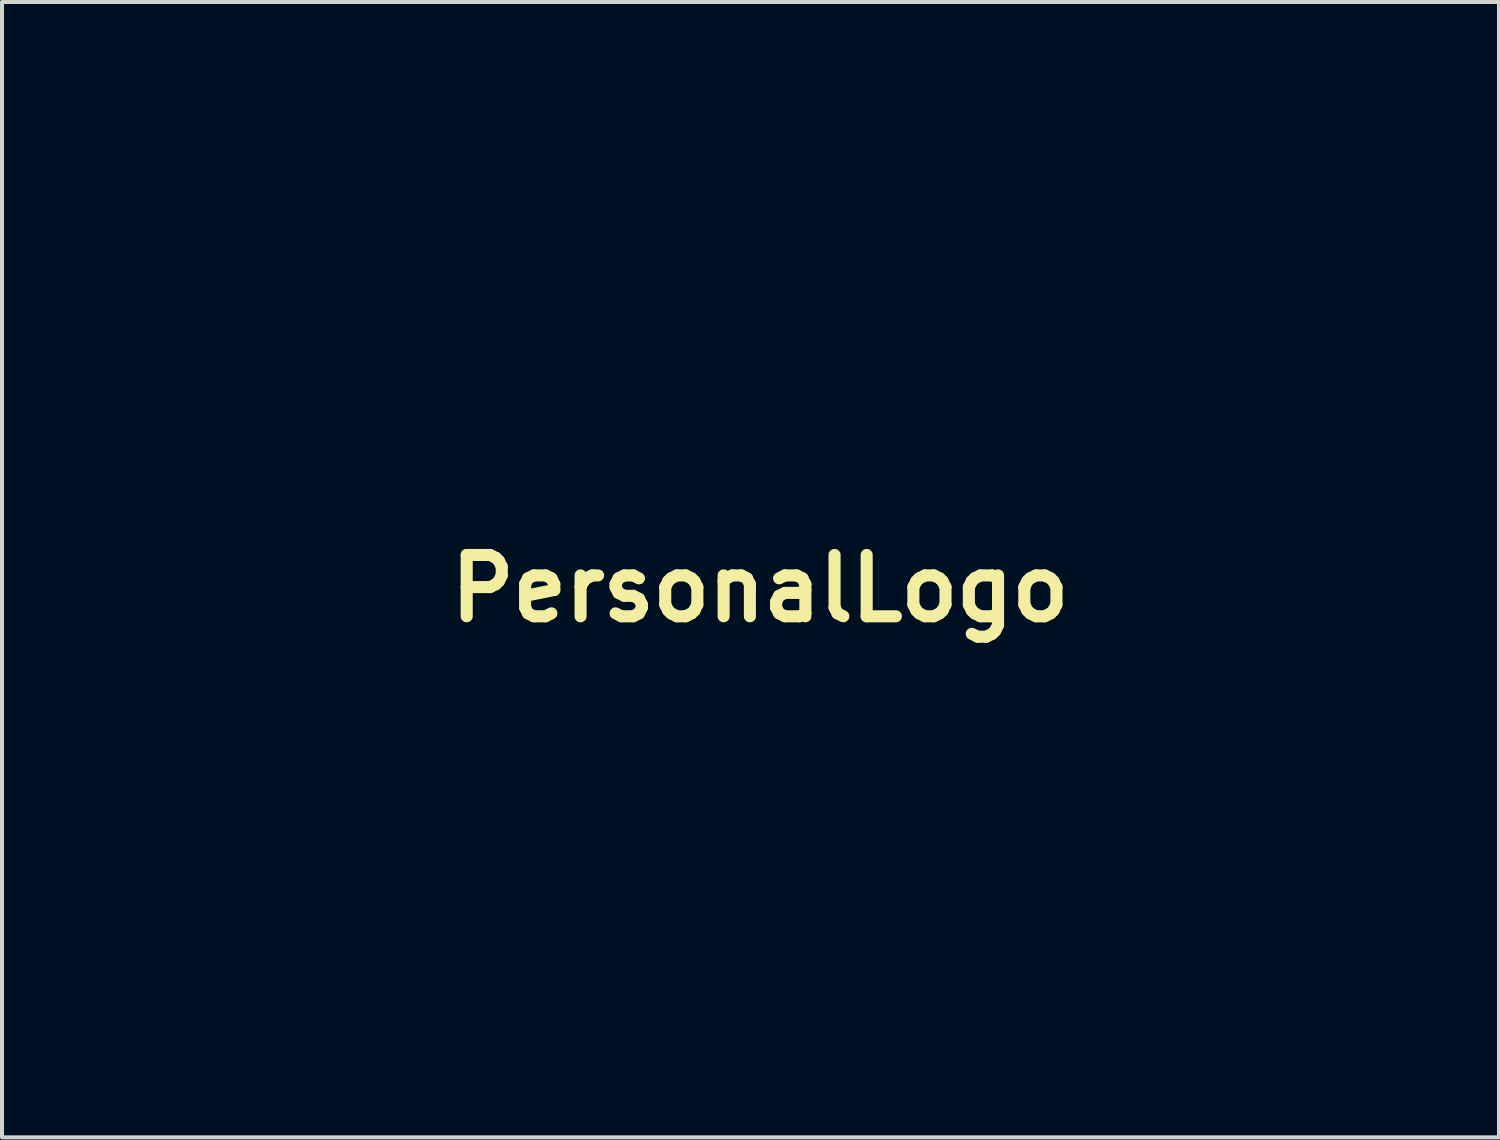
<source format=kicad_pcb>
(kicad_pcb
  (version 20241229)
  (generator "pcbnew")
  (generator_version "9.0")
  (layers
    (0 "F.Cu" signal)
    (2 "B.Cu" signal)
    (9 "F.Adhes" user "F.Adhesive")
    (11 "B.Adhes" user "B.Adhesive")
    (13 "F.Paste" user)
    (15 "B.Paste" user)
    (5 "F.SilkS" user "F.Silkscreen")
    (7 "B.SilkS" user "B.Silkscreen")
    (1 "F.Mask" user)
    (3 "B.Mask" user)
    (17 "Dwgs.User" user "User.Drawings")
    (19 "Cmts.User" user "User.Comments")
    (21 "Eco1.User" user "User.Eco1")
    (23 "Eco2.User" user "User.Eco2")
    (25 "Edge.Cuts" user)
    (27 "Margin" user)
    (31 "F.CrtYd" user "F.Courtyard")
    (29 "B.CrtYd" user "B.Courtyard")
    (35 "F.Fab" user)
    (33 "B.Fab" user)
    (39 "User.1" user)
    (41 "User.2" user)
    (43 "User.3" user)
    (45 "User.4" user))
  (footprint "PersonalLogo"
    (layer "F.Cu")
    (at 15.845 11.58)
    (property "Reference" "PersonalLogo" (at 0 0 0) (layer "F.SilkS") (effects (font (size 1.524 1.524) (thickness 0.3))))
    (attr through_hole)
    (fp_poly (pts (xy -3.813 -3.714) (xy -3.742 -3.681) (xy -3.65 -3.596) (xy -3.626 -3.468) (xy -3.675 -3.284) (xy -3.799 -3.031) (xy -4.002 -2.697) (xy -4.038 -2.642) (xy -4.441 -2.019) (xy -4.791 -1.471) (xy -5.085 -1.001) (xy -5.319 -0.615) (xy -5.492 -0.318) (xy -5.599 -0.116) (xy -5.638 -0.012) (xy -5.637 -0.005) (xy -5.569 0.07) (xy -5.423 0.136) (xy -5.381 0.147) (xy -5.229 0.203) (xy -5.148 0.272) (xy -5.144 0.289) (xy -5.201 0.361) (xy -5.35 0.428) (xy -5.555 0.481) (xy -5.781 0.507) (xy -5.829 0.508) (xy -5.9 0.512) (xy -5.965 0.534) (xy -6.036 0.586) (xy -6.124 0.681) (xy -6.238 0.833) (xy -6.391 1.054) (xy -6.592 1.357) (xy -6.813 1.695) (xy -7.288 2.419) (xy -7.697 3.04) (xy -8.043 3.561) (xy -8.329 3.987) (xy -8.557 4.319) (xy -8.731 4.564) (xy -8.852 4.723) (xy -8.923 4.802) (xy -8.938 4.811) (xy -9.024 4.784) (xy -9.056 4.734) (xy -9.049 4.602) (xy -8.965 4.375) (xy -8.806 4.056) (xy -8.575 3.65) (xy -8.274 3.16) (xy -7.906 2.592) (xy -7.637 2.191) (xy -7.364 1.777) (xy -7.13 1.401) (xy -6.943 1.074) (xy -6.808 0.81) (xy -6.732 0.621) (xy -6.722 0.519) (xy -6.731 0.508) (xy -6.832 0.482) (xy -7.035 0.459) (xy -7.314 0.438) (xy -7.645 0.42) (xy -8.001 0.407) (xy -8.357 0.4) (xy -8.688 0.4) (xy -8.969 0.407) (xy -9.096 0.415) (xy -9.324 0.438) (xy -9.518 0.474) (xy -9.694 0.534) (xy -9.872 0.63) (xy -10.07 0.773) (xy -10.305 0.973) (xy -10.597 1.243) (xy -10.897 1.53) (xy -11.228 1.843) (xy -11.483 2.068) (xy -11.668 2.211) (xy -11.793 2.278) (xy -11.833 2.286) (xy -11.984 2.248) (xy -12.146 2.156) (xy -12.272 2.041) (xy -12.319 1.94) (xy -12.276 1.866) (xy -12.158 1.725) (xy -11.983 1.536) (xy -11.768 1.319) (xy -11.748 1.298) (xy -11.176 0.739) (xy -11.414 0.606) (xy -11.565 0.502) (xy -11.659 0.403) (xy -11.67 0.376) (xy -11.629 0.277) (xy -11.48 0.184) (xy -11.242 0.104) (xy -10.936 0.044) (xy -10.822 0.03) (xy -10.558 -0.003) (xy -10.338 -0.052) (xy -10.132 -0.128) (xy -10.01 -0.191) (xy -8.763 -0.191) (xy -8.702 -0.151) (xy -8.529 -0.113) (xy -8.26 -0.078) (xy -7.909 -0.049) (xy -7.492 -0.027) (xy -7.024 -0.012) (xy -6.943 -0.011) (xy -6.297 0) (xy -6.109 -0.238) (xy -6.015 -0.376) (xy -5.876 -0.601) (xy -5.71 -0.888) (xy -5.529 -1.21) (xy -5.428 -1.397) (xy -5.256 -1.716) (xy -5.099 -2.003) (xy -4.969 -2.236) (xy -4.879 -2.393) (xy -4.848 -2.443) (xy -4.773 -2.586) (xy -4.795 -2.653) (xy -4.91 -2.643) (xy -5.116 -2.558) (xy -5.409 -2.398) (xy -5.742 -2.194) (xy -5.957 -2.059) (xy -6.229 -1.895) (xy -6.504 -1.733) (xy -6.54 -1.712) (xy -6.776 -1.57) (xy -7.057 -1.393) (xy -7.364 -1.193) (xy -7.679 -0.983) (xy -7.986 -0.774) (xy -8.264 -0.58) (xy -8.498 -0.412) (xy -8.667 -0.283) (xy -8.755 -0.205) (xy -8.763 -0.191) (xy -10.01 -0.191) (xy -9.906 -0.245) (xy -9.63 -0.417) (xy -9.42 -0.556) (xy -8.863 -0.922) (xy -8.255 -1.302) (xy -7.621 -1.685) (xy -6.985 -2.056) (xy -6.368 -2.403) (xy -5.795 -2.711) (xy -5.29 -2.968) (xy -5.039 -3.086) (xy -4.773 -3.22) (xy -4.52 -3.371) (xy -4.328 -3.508) (xy -4.305 -3.529) (xy -4.114 -3.68) (xy -3.962 -3.739) (xy -3.813 -3.714)) (stroke (width 0.01) (type solid)) (fill yes) (layer "F.Mask"))
    (fp_poly (pts (xy 12.295 0.662) (xy 12.417 0.729) (xy 12.496 0.792) (xy 12.624 0.924) (xy 12.695 1.045) (xy 12.7 1.073) (xy 12.668 1.248) (xy 12.566 1.46) (xy 12.39 1.717) (xy 12.131 2.029) (xy 11.784 2.403) (xy 11.427 2.764) (xy 11.055 3.138) (xy 10.711 3.496) (xy 10.403 3.826) (xy 10.141 4.118) (xy 9.936 4.359) (xy 9.797 4.541) (xy 9.734 4.65) (xy 9.734 4.675) (xy 9.805 4.67) (xy 9.96 4.625) (xy 10.165 4.55) (xy 10.17 4.548) (xy 10.488 4.425) (xy 10.879 4.278) (xy 11.321 4.116) (xy 11.79 3.946) (xy 12.264 3.776) (xy 12.72 3.616) (xy 13.136 3.472) (xy 13.488 3.353) (xy 13.755 3.267) (xy 13.843 3.241) (xy 14.127 3.159) (xy 14.457 3.064) (xy 14.723 2.988) (xy 14.983 2.919) (xy 15.151 2.894) (xy 15.251 2.909) (xy 15.279 2.927) (xy 15.362 3.043) (xy 15.323 3.14) (xy 15.168 3.208) (xy 15.161 3.209) (xy 15.001 3.255) (xy 14.77 3.333) (xy 14.515 3.428) (xy 14.483 3.44) (xy 14.17 3.551) (xy 13.818 3.656) (xy 13.531 3.726) (xy 13.134 3.827) (xy 12.664 3.975) (xy 12.16 4.157) (xy 11.659 4.358) (xy 11.199 4.564) (xy 10.957 4.686) (xy 10.389 4.986) (xy 10.406 6.255) (xy 10.419 6.844) (xy 10.446 7.337) (xy 10.492 7.764) (xy 10.563 8.158) (xy 10.665 8.548) (xy 10.804 8.966) (xy 10.985 9.443) (xy 11.009 9.505) (xy 11.134 9.824) (xy 11.242 10.108) (xy 11.324 10.332) (xy 11.371 10.474) (xy 11.378 10.503) (xy 11.369 10.619) (xy 11.298 10.638) (xy 11.177 10.563) (xy 11.052 10.433) (xy 10.888 10.198) (xy 10.704 9.872) (xy 10.516 9.484) (xy 10.337 9.066) (xy 10.193 8.676) (xy 10.001 8.046) (xy 9.874 7.468) (xy 9.804 6.89) (xy 9.78 6.259) (xy 9.78 6.239) (xy 9.778 5.897) (xy 9.772 5.662) (xy 9.759 5.515) (xy 9.736 5.435) (xy 9.7 5.403) (xy 9.663 5.397) (xy 9.571 5.43) (xy 9.394 5.52) (xy 9.154 5.655) (xy 8.872 5.823) (xy 8.726 5.913) (xy 8.467 6.079) (xy 8.246 6.228) (xy 8.044 6.377) (xy 7.844 6.541) (xy 7.628 6.736) (xy 7.377 6.976) (xy 7.074 7.279) (xy 6.717 7.64) (xy 6.314 8.047) (xy 5.992 8.363) (xy 5.749 8.59) (xy 5.581 8.73) (xy 5.485 8.788) (xy 5.457 8.765) (xy 5.493 8.665) (xy 5.516 8.62) (xy 5.581 8.518) (xy 5.707 8.338) (xy 5.876 8.103) (xy 6.072 7.836) (xy 6.132 7.756) (xy 6.384 7.407) (xy 6.55 7.15) (xy 6.63 6.984) (xy 6.636 6.923) (xy 6.62 6.814) (xy 6.654 6.707) (xy 6.753 6.582) (xy 6.931 6.421) (xy 7.165 6.234) (xy 7.341 6.086) (xy 7.588 5.861) (xy 7.89 5.574) (xy 8.231 5.243) (xy 8.595 4.884) (xy 8.966 4.511) (xy 9.329 4.141) (xy 9.668 3.79) (xy 9.966 3.474) (xy 10.208 3.209) (xy 10.377 3.011) (xy 10.553 2.795) (xy 10.765 2.537) (xy 10.969 2.294) (xy 10.971 2.292) (xy 11.15 2.067) (xy 11.312 1.842) (xy 11.424 1.662) (xy 11.433 1.645) (xy 11.508 1.489) (xy 11.524 1.408) (xy 11.484 1.366) (xy 11.45 1.352) (xy 11.341 1.353) (xy 11.143 1.394) (xy 10.883 1.469) (xy 10.733 1.518) (xy 10.171 1.741) (xy 9.546 2.038) (xy 8.885 2.394) (xy 8.215 2.795) (xy 7.563 3.225) (xy 7.144 3.527) (xy 6.841 3.75) (xy 6.619 3.905) (xy 6.459 3.998) (xy 6.342 4.039) (xy 6.249 4.035) (xy 6.162 3.996) (xy 6.127 3.974) (xy 6.007 3.887) (xy 5.936 3.805) (xy 5.923 3.718) (xy 5.974 3.616) (xy 6.099 3.49) (xy 6.305 3.329) (xy 6.601 3.124) (xy 6.995 2.866) (xy 7.121 2.784) (xy 7.819 2.354) (xy 8.528 1.956) (xy 9.232 1.597) (xy 9.915 1.285) (xy 10.558 1.026) (xy 11.147 0.828) (xy 11.664 0.699) (xy 11.94 0.657) (xy 12.154 0.642) (xy 12.295 0.662)) (stroke (width 0.01) (type solid)) (fill yes) (layer "F.Mask"))
    (fp_poly (pts (xy -0.43 -2.282) (xy -0.286 -2.242) (xy -0.209 -2.223) (xy -0.207 -2.223) (xy -0.192 -2.17) (xy -0.191 -2.123) (xy -0.232 -2.038) (xy -0.344 -1.886) (xy -0.509 -1.687) (xy -0.683 -1.495) (xy -0.902 -1.257) (xy -1.178 -0.957) (xy -1.479 -0.625) (xy -1.778 -0.295) (xy -1.905 -0.154) (xy -2.221 0.197) (xy -2.581 0.594) (xy -2.944 0.993) (xy -3.272 1.351) (xy -3.35 1.436) (xy -3.587 1.697) (xy -3.791 1.924) (xy -3.948 2.103) (xy -4.042 2.217) (xy -4.064 2.25) (xy -4.015 2.285) (xy -4.004 2.286) (xy -3.91 2.258) (xy -3.727 2.18) (xy -3.478 2.065) (xy -3.185 1.922) (xy -2.871 1.763) (xy -2.56 1.598) (xy -2.483 1.556) (xy -2.02 1.338) (xy -1.614 1.225) (xy -1.256 1.217) (xy -0.933 1.311) (xy -0.902 1.327) (xy -0.743 1.424) (xy -0.659 1.529) (xy -0.653 1.658) (xy -0.726 1.831) (xy -0.882 2.065) (xy -1.051 2.285) (xy -1.218 2.508) (xy -1.342 2.695) (xy -1.408 2.823) (xy -1.412 2.867) (xy -1.314 2.89) (xy -1.105 2.868) (xy -0.784 2.801) (xy -0.415 2.706) (xy -0.195 2.651) (xy -0.013 2.614) (xy 0.075 2.603) (xy 0.191 2.553) (xy 0.254 2.476) (xy 0.375 2.327) (xy 0.533 2.222) (xy 0.683 2.188) (xy 0.721 2.196) (xy 0.804 2.291) (xy 0.826 2.424) (xy 0.837 2.552) (xy 0.891 2.583) (xy 0.968 2.563) (xy 1.193 2.522) (xy 1.404 2.544) (xy 1.567 2.619) (xy 1.647 2.736) (xy 1.651 2.77) (xy 1.669 2.835) (xy 1.735 2.848) (xy 1.869 2.805) (xy 2.09 2.702) (xy 2.145 2.674) (xy 2.531 2.496) (xy 2.83 2.397) (xy 3.049 2.376) (xy 3.166 2.408) (xy 3.237 2.449) (xy 3.284 2.491) (xy 3.299 2.547) (xy 3.275 2.628) (xy 3.206 2.744) (xy 3.084 2.907) (xy 2.902 3.128) (xy 2.653 3.418) (xy 2.329 3.789) (xy 2.2 3.937) (xy 1.996 4.175) (xy 1.831 4.378) (xy 1.718 4.529) (xy 1.672 4.608) (xy 1.673 4.615) (xy 1.697 4.627) (xy 1.744 4.624) (xy 1.831 4.599) (xy 1.974 4.547) (xy 2.19 4.462) (xy 2.495 4.338) (xy 2.762 4.228) (xy 3.101 4.091) (xy 3.339 4.001) (xy 3.493 3.956) (xy 3.578 3.953) (xy 3.611 3.987) (xy 3.608 4.048) (xy 3.545 4.118) (xy 3.389 4.229) (xy 3.16 4.368) (xy 2.882 4.524) (xy 2.575 4.687) (xy 2.263 4.844) (xy 1.967 4.984) (xy 1.709 5.095) (xy 1.511 5.166) (xy 1.429 5.185) (xy 1.213 5.187) (xy 1.095 5.136) (xy 1.04 5.019) (xy 1.016 4.849) (xy 1.016 4.845) (xy 1.029 4.742) (xy 1.077 4.631) (xy 1.174 4.493) (xy 1.334 4.306) (xy 1.571 4.051) (xy 1.574 4.048) (xy 1.907 3.69) (xy 2.167 3.395) (xy 2.349 3.169) (xy 2.449 3.018) (xy 2.462 2.949) (xy 2.39 2.959) (xy 2.233 3.025) (xy 2.012 3.137) (xy 1.749 3.281) (xy 1.467 3.446) (xy 1.187 3.622) (xy 1.089 3.685) (xy 0.803 3.863) (xy 0.593 3.957) (xy 0.443 3.972) (xy 0.335 3.912) (xy 0.292 3.856) (xy 0.262 3.756) (xy 0.298 3.624) (xy 0.367 3.491) (xy 0.447 3.322) (xy 0.444 3.243) (xy 0.362 3.255) (xy 0.206 3.356) (xy -0.021 3.546) (xy -0.032 3.556) (xy -0.229 3.731) (xy -0.358 3.829) (xy -0.444 3.862) (xy -0.509 3.841) (xy -0.559 3.797) (xy -0.631 3.646) (xy -0.585 3.46) (xy -0.432 3.257) (xy -0.319 3.133) (xy -0.289 3.069) (xy -0.35 3.063) (xy -0.512 3.113) (xy -0.699 3.183) (xy -1.049 3.286) (xy -1.373 3.323) (xy -1.652 3.297) (xy -1.868 3.213) (xy -1.999 3.073) (xy -2.032 2.932) (xy -2.005 2.77) (xy -1.953 2.67) (xy -1.911 2.613) (xy -1.97 2.621) (xy -2 2.632) (xy -2.411 2.779) (xy -2.726 2.873) (xy -2.964 2.916) (xy -3.145 2.909) (xy -3.288 2.855) (xy -3.403 2.763) (xy -3.519 2.661) (xy -3.606 2.645) (xy -3.702 2.692) (xy -3.86 2.762) (xy -4.06 2.818) (xy -4.084 2.822) (xy -4.24 2.839) (xy -4.353 2.806) (xy -4.474 2.702) (xy -4.534 2.637) (xy -4.661 2.508) (xy -4.764 2.445) (xy -4.896 2.432) (xy -5.092 2.451) (xy -5.302 2.469) (xy -5.432 2.454) (xy -5.527 2.396) (xy -5.578 2.345) (xy -5.598 2.319) (xy -2.785 2.319) (xy -2.781 2.354) (xy -2.672 2.331) (xy -2.456 2.249) (xy -2.131 2.109) (xy -2.014 2.056) (xy -1.738 1.926) (xy -1.496 1.801) (xy -1.317 1.699) (xy -1.24 1.643) (xy -1.162 1.562) (xy -1.177 1.53) (xy -1.301 1.524) (xy -1.326 1.524) (xy -1.554 1.566) (xy -1.846 1.683) (xy -2.174 1.862) (xy -2.489 2.073) (xy -2.687 2.225) (xy -2.785 2.319) (xy -5.598 2.319) (xy -5.675 2.213) (xy -5.715 2.105) (xy -5.685 2.009) (xy -5.104 2.009) (xy -5.023 2.03) (xy -4.846 1.98) (xy -4.578 1.858) (xy -4.578 1.857) (xy -4.315 1.688) (xy -4.094 1.479) (xy -3.939 1.258) (xy -3.874 1.054) (xy -3.873 1.037) (xy -3.881 0.938) (xy -3.927 0.921) (xy -4.048 0.976) (xy -4.06 0.982) (xy -4.203 1.077) (xy -4.396 1.231) (xy -4.61 1.418) (xy -4.815 1.61) (xy -4.981 1.782) (xy -5.08 1.905) (xy -5.085 1.914) (xy -5.104 2.009) (xy -5.685 2.009) (xy -5.673 1.97) (xy -5.562 1.775) (xy -5.401 1.548) (xy -5.212 1.318) (xy -5.023 1.123) (xy -4.649 0.821) (xy -4.304 0.64) (xy -3.985 0.58) (xy -3.687 0.639) (xy -3.565 0.702) (xy -3.48 0.754) (xy -3.409 0.784) (xy -3.339 0.781) (xy -3.255 0.736) (xy -3.144 0.639) (xy -2.99 0.478) (xy -2.782 0.244) (xy -2.503 -0.075) (xy -2.485 -0.095) (xy -2.208 -0.412) (xy -1.903 -0.757) (xy -1.607 -1.091) (xy -1.358 -1.371) (xy -1.356 -1.372) (xy -1.144 -1.616) (xy -0.955 -1.845) (xy -0.812 -2.032) (xy -0.737 -2.146) (xy -0.657 -2.275) (xy -0.571 -2.311) (xy -0.43 -2.282)) (stroke (width 0.01) (type solid)) (fill yes) (layer "F.Mask"))
    (fp_poly (pts (xy -15.782 -11.574) (xy -15.732 -11.565) (xy -15.654 -11.547) (xy -15.544 -11.518) (xy -15.396 -11.476) (xy -15.204 -11.42) (xy -14.963 -11.347) (xy -14.667 -11.256) (xy -14.31 -11.145) (xy -13.886 -11.012) (xy -13.391 -10.856) (xy -12.819 -10.675) (xy -12.163 -10.468) (xy -11.418 -10.231) (xy -10.579 -9.964) (xy -9.64 -9.665) (xy -8.596 -9.333) (xy -7.44 -8.964) (xy -6.509 -8.667) (xy -5.72 -8.416) (xy -4.91 -8.158) (xy -4.094 -7.898) (xy -3.29 -7.642) (xy -2.516 -7.396) (xy -1.789 -7.165) (xy -1.127 -6.955) (xy -0.547 -6.771) (xy -0.066 -6.619) (xy 0.032 -6.588) (xy 0.542 -6.425) (xy 1.015 -6.273) (xy 1.438 -6.134) (xy 1.796 -6.015) (xy 2.075 -5.92) (xy 2.261 -5.853) (xy 2.34 -5.819) (xy 2.34 -5.819) (xy 2.371 -5.763) (xy 2.325 -5.681) (xy 2.191 -5.552) (xy 2.157 -5.523) (xy 1.887 -5.293) (xy 2.738 -5.024) (xy 3.051 -4.924) (xy 3.324 -4.838) (xy 3.533 -4.771) (xy 3.652 -4.734) (xy 3.667 -4.729) (xy 3.743 -4.661) (xy 3.711 -4.553) (xy 3.578 -4.419) (xy 3.493 -4.357) (xy 3.344 -4.25) (xy 3.252 -4.167) (xy 3.239 -4.142) (xy 3.296 -4.108) (xy 3.454 -4.046) (xy 3.692 -3.961) (xy 3.989 -3.864) (xy 4.159 -3.81) (xy 4.527 -3.692) (xy 4.789 -3.601) (xy 4.958 -3.529) (xy 5.049 -3.47) (xy 5.079 -3.417) (xy 5.079 -3.413) (xy 5.037 -3.319) (xy 4.989 -3.302) (xy 4.909 -3.321) (xy 4.723 -3.374) (xy 4.444 -3.457) (xy 4.087 -3.566) (xy 3.666 -3.697) (xy 3.195 -3.844) (xy 2.719 -3.995) (xy 1.027 -4.533) (xy 0.264 -4.776) (xy 1.225 -4.776) (xy 1.266 -4.737) (xy 1.299 -4.723) (xy 1.475 -4.66) (xy 1.713 -4.58) (xy 1.984 -4.493) (xy 2.258 -4.408) (xy 2.505 -4.335) (xy 2.693 -4.282) (xy 2.794 -4.259) (xy 2.798 -4.259) (xy 2.909 -4.292) (xy 3.063 -4.379) (xy 3.102 -4.407) (xy 3.309 -4.559) (xy 1.61 -5.127) (xy 1.392 -4.949) (xy 1.263 -4.837) (xy 1.225 -4.776) (xy 0.264 -4.776) (xy -0.547 -5.034) (xy -2.006 -5.498) (xy -3.355 -5.927) (xy -4.596 -6.322) (xy -5.733 -6.683) (xy -6.768 -7.013) (xy -7.707 -7.311) (xy -8.551 -7.58) (xy -9.304 -7.82) (xy -9.97 -8.032) (xy -10.552 -8.217) (xy -11.052 -8.376) (xy -11.476 -8.511) (xy -11.825 -8.623) (xy -12.104 -8.712) (xy -12.316 -8.779) (xy -12.463 -8.827) (xy -12.55 -8.855) (xy -12.567 -8.86) (xy -12.847 -8.953) (xy -12.804 -6.81) (xy -12.781 -5.692) (xy -12.757 -4.535) (xy -12.733 -3.353) (xy -12.708 -2.16) (xy -12.682 -0.968) (xy -12.657 0.207) (xy -12.632 1.353) (xy -12.608 2.455) (xy -12.585 3.5) (xy -12.563 4.475) (xy -12.543 5.365) (xy -12.525 6.157) (xy -12.509 6.838) (xy -12.507 6.906) (xy -12.494 7.492) (xy -12.483 8.04) (xy -12.475 8.536) (xy -12.47 8.967) (xy -12.468 9.319) (xy -12.468 9.581) (xy -12.473 9.738) (xy -12.478 9.779) (xy -12.57 9.839) (xy -12.601 9.842) (xy -12.636 9.812) (xy -12.664 9.712) (xy -12.688 9.528) (xy -12.71 9.246) (xy -12.731 8.852) (xy -12.732 8.83) (xy -12.778 7.818) (xy -13.32 8.227) (xy -13.551 8.395) (xy -13.75 8.53) (xy -13.893 8.615) (xy -13.948 8.636) (xy -14.012 8.575) (xy -14.041 8.392) (xy -14.042 8.366) (xy -14.049 8.19) (xy -14.061 7.927) (xy -14.077 7.617) (xy -14.089 7.378) (xy -14.129 6.66) (xy -14.728 7.109) (xy -14.965 7.28) (xy -15.166 7.413) (xy -15.309 7.493) (xy -15.373 7.51) (xy -15.38 7.487) (xy -15.388 7.431) (xy -15.395 7.336) (xy -15.403 7.196) (xy -15.412 7.008) (xy -15.421 6.764) (xy -15.431 6.461) (xy -15.441 6.092) (xy -15.453 5.653) (xy -15.466 5.138) (xy -15.481 4.542) (xy -15.497 3.86) (xy -15.514 3.086) (xy -15.534 2.215) (xy -15.555 1.241) (xy -15.578 0.161) (xy -15.603 -1.032) (xy -15.631 -2.344) (xy -15.652 -3.334) (xy -15.669 -4.144) (xy -15.687 -4.963) (xy -15.706 -5.773) (xy -15.725 -6.56) (xy -15.743 -7.306) (xy -15.761 -7.997) (xy -15.777 -8.615) (xy -15.792 -9.145) (xy -15.805 -9.571) (xy -15.81 -9.714) (xy -15.824 -10.181) (xy -15.833 -10.559) (xy -15.549 -10.559) (xy -15.544 -10.14) (xy -15.533 -9.604) (xy -15.531 -9.509) (xy -15.523 -9.177) (xy -15.513 -8.732) (xy -15.5 -8.185) (xy -15.486 -7.551) (xy -15.47 -6.843) (xy -15.453 -6.073) (xy -15.434 -5.255) (xy -15.416 -4.403) (xy -15.396 -3.528) (xy -15.377 -2.645) (xy -15.367 -2.159) (xy -15.347 -1.274) (xy -15.328 -0.388) (xy -15.309 0.485) (xy -15.29 1.332) (xy -15.272 2.139) (xy -15.256 2.894) (xy -15.24 3.582) (xy -15.227 4.19) (xy -15.215 4.705) (xy -15.206 5.114) (xy -15.202 5.283) (xy -15.16 7.105) (xy -14.644 6.717) (xy -14.427 6.554) (xy -14.283 6.445) (xy -13.857 6.445) (xy -13.819 7.048) (xy -13.801 7.349) (xy -13.788 7.635) (xy -13.781 7.859) (xy -13.78 7.922) (xy -13.772 8.087) (xy -13.753 8.182) (xy -13.743 8.191) (xy -13.68 8.155) (xy -13.542 8.058) (xy -13.351 7.917) (xy -13.235 7.828) (xy -12.764 7.465) (xy -12.769 6.892) (xy -12.777 6.59) (xy -12.791 6.295) (xy -12.811 6.061) (xy -12.817 6.014) (xy -12.859 5.709) (xy -13.358 6.077) (xy -13.857 6.445) (xy -14.283 6.445) (xy -14.253 6.423) (xy -14.142 6.34) (xy -14.114 6.319) (xy -14.113 6.255) (xy -14.114 6.071) (xy -14.119 5.773) (xy -14.126 5.368) (xy -14.135 4.862) (xy -14.146 4.263) (xy -14.16 3.577) (xy -14.176 2.81) (xy -14.193 1.969) (xy -14.213 1.062) (xy -14.233 0.094) (xy -14.256 -0.928) (xy -14.279 -1.997) (xy -14.304 -3.107) (xy -14.33 -4.251) (xy -14.357 -5.422) (xy -14.381 -6.445) (xy -14.396 -7.141) (xy -14.409 -7.799) (xy -14.42 -8.408) (xy -14.428 -8.958) (xy -14.433 -9.437) (xy -14.436 -9.834) (xy -14.435 -10.139) (xy -14.435 -10.15) (xy -14.222 -10.15) (xy -14.191 -9.695) (xy -14.184 -9.544) (xy -14.175 -9.28) (xy -14.165 -8.916) (xy -14.153 -8.467) (xy -14.14 -7.946) (xy -14.127 -7.367) (xy -14.114 -6.744) (xy -14.1 -6.09) (xy -14.096 -5.842) (xy -14.081 -5.092) (xy -14.065 -4.296) (xy -14.048 -3.479) (xy -14.03 -2.667) (xy -14.013 -1.884) (xy -13.997 -1.156) (xy -13.982 -0.51) (xy -13.971 -0.064) (xy -13.955 0.583) (xy -13.938 1.285) (xy -13.921 2.008) (xy -13.904 2.719) (xy -13.888 3.385) (xy -13.875 3.973) (xy -13.87 4.207) (xy -13.828 6.096) (xy -13.566 5.901) (xy -13.353 5.743) (xy -13.133 5.583) (xy -13.066 5.535) (xy -12.934 5.433) (xy -12.863 5.339) (xy -12.835 5.208) (xy -12.828 4.996) (xy -12.828 4.985) (xy -12.83 4.826) (xy -12.833 4.552) (xy -12.84 4.173) (xy -12.848 3.7) (xy -12.859 3.145) (xy -12.871 2.519) (xy -12.885 1.832) (xy -12.9 1.096) (xy -12.916 0.322) (xy -12.933 -0.478) (xy -12.95 -1.295) (xy -12.968 -2.116) (xy -12.986 -2.931) (xy -13.003 -3.728) (xy -13.02 -4.496) (xy -13.037 -5.224) (xy -13.053 -5.902) (xy -13.067 -6.517) (xy -13.081 -7.06) (xy -13.092 -7.518) (xy -13.102 -7.88) (xy -13.11 -8.136) (xy -13.113 -8.233) (xy -13.126 -8.667) (xy -13.125 -8.98) (xy -13.11 -9.171) (xy -13.087 -9.236) (xy -13.015 -9.225) (xy -12.835 -9.178) (xy -12.555 -9.099) (xy -12.189 -8.991) (xy -11.746 -8.857) (xy -11.239 -8.701) (xy -10.678 -8.527) (xy -10.074 -8.337) (xy -9.701 -8.218) (xy -9.007 -7.997) (xy -8.29 -7.769) (xy -7.573 -7.54) (xy -6.874 -7.318) (xy -6.214 -7.108) (xy -5.613 -6.917) (xy -5.09 -6.751) (xy -4.667 -6.616) (xy -4.636 -6.606) (xy -4.078 -6.429) (xy -3.439 -6.226) (xy -2.761 -6.01) (xy -2.083 -5.795) (xy -1.445 -5.592) (xy -1.038 -5.462) (xy 0.814 -4.872) (xy 1.01 -5.012) (xy 1.137 -5.114) (xy 1.204 -5.19) (xy 1.206 -5.201) (xy 1.15 -5.24) (xy 1 -5.304) (xy 0.783 -5.38) (xy 0.683 -5.412) (xy 0.482 -5.475) (xy 0.202 -5.563) (xy -0.161 -5.678) (xy -0.609 -5.82) (xy -1.147 -5.991) (xy -1.778 -6.192) (xy -2.506 -6.423) (xy -3.334 -6.687) (xy -4.266 -6.984) (xy -5.305 -7.315) (xy -6.455 -7.681) (xy -7.72 -8.084) (xy -8.858 -8.448) (xy -9.631 -8.694) (xy -10.371 -8.93) (xy -11.069 -9.152) (xy -11.717 -9.359) (xy -12.305 -9.546) (xy -12.823 -9.711) (xy -13.263 -9.85) (xy -13.614 -9.962) (xy -13.869 -10.042) (xy -14.016 -10.089) (xy -14.048 -10.099) (xy -14.222 -10.15) (xy -14.435 -10.15) (xy -14.432 -10.34) (xy -14.425 -10.427) (xy -14.424 -10.43) (xy -14.345 -10.434) (xy -14.18 -10.402) (xy -13.959 -10.34) (xy -13.903 -10.322) (xy -13.729 -10.266) (xy -13.451 -10.177) (xy -13.089 -10.061) (xy -12.661 -9.924) (xy -12.184 -9.772) (xy -11.678 -9.611) (xy -11.335 -9.502) (xy -10.793 -9.329) (xy -10.158 -9.127) (xy -9.458 -8.905) (xy -8.722 -8.671) (xy -7.978 -8.434) (xy -7.254 -8.204) (xy -6.578 -7.989) (xy -6.509 -7.967) (xy -5.804 -7.743) (xy -5.018 -7.493) (xy -4.184 -7.227) (xy -3.337 -6.958) (xy -2.511 -6.695) (xy -1.741 -6.451) (xy -1.118 -6.253) (xy 1.542 -5.407) (xy 1.724 -5.542) (xy 1.831 -5.639) (xy 1.863 -5.709) (xy 1.858 -5.716) (xy 1.787 -5.745) (xy 1.611 -5.806) (xy 1.343 -5.895) (xy 1 -6.008) (xy 0.595 -6.138) (xy 0.145 -6.281) (xy -0.064 -6.347) (xy -0.6 -6.516) (xy -1.162 -6.694) (xy -1.72 -6.871) (xy -2.245 -7.038) (xy -2.707 -7.185) (xy -3.078 -7.304) (xy -3.08 -7.305) (xy -3.435 -7.419) (xy -3.885 -7.563) (xy -4.403 -7.728) (xy -4.961 -7.906) (xy -5.534 -8.088) (xy -6.095 -8.267) (xy -6.255 -8.317) (xy -6.829 -8.5) (xy -7.443 -8.695) (xy -8.066 -8.893) (xy -8.667 -9.085) (xy -9.215 -9.26) (xy -9.679 -9.408) (xy -9.747 -9.43) (xy -10.784 -9.762) (xy -11.726 -10.062) (xy -12.571 -10.331) (xy -13.314 -10.567) (xy -13.954 -10.769) (xy -14.488 -10.936) (xy -14.913 -11.067) (xy -15.225 -11.162) (xy -15.422 -11.22) (xy -15.502 -11.239) (xy -15.524 -11.201) (xy -15.539 -11.081) (xy -15.547 -10.87) (xy -15.549 -10.559) (xy -15.833 -10.559) (xy -15.834 -10.607) (xy -15.839 -10.974) (xy -15.84 -11.268) (xy -15.836 -11.47) (xy -15.826 -11.565) (xy -15.824 -11.57) (xy -15.811 -11.575) (xy -15.782 -11.574)) (stroke (width 0.01) (type solid)) (fill yes) (layer "F.Mask")))
  (gr_rect
    (start -3 -3)
    (end 34.212 25.223)
    (stroke (width 0.1) (type default))
    (fill no)
    (layer "Edge.Cuts")))
</source>
